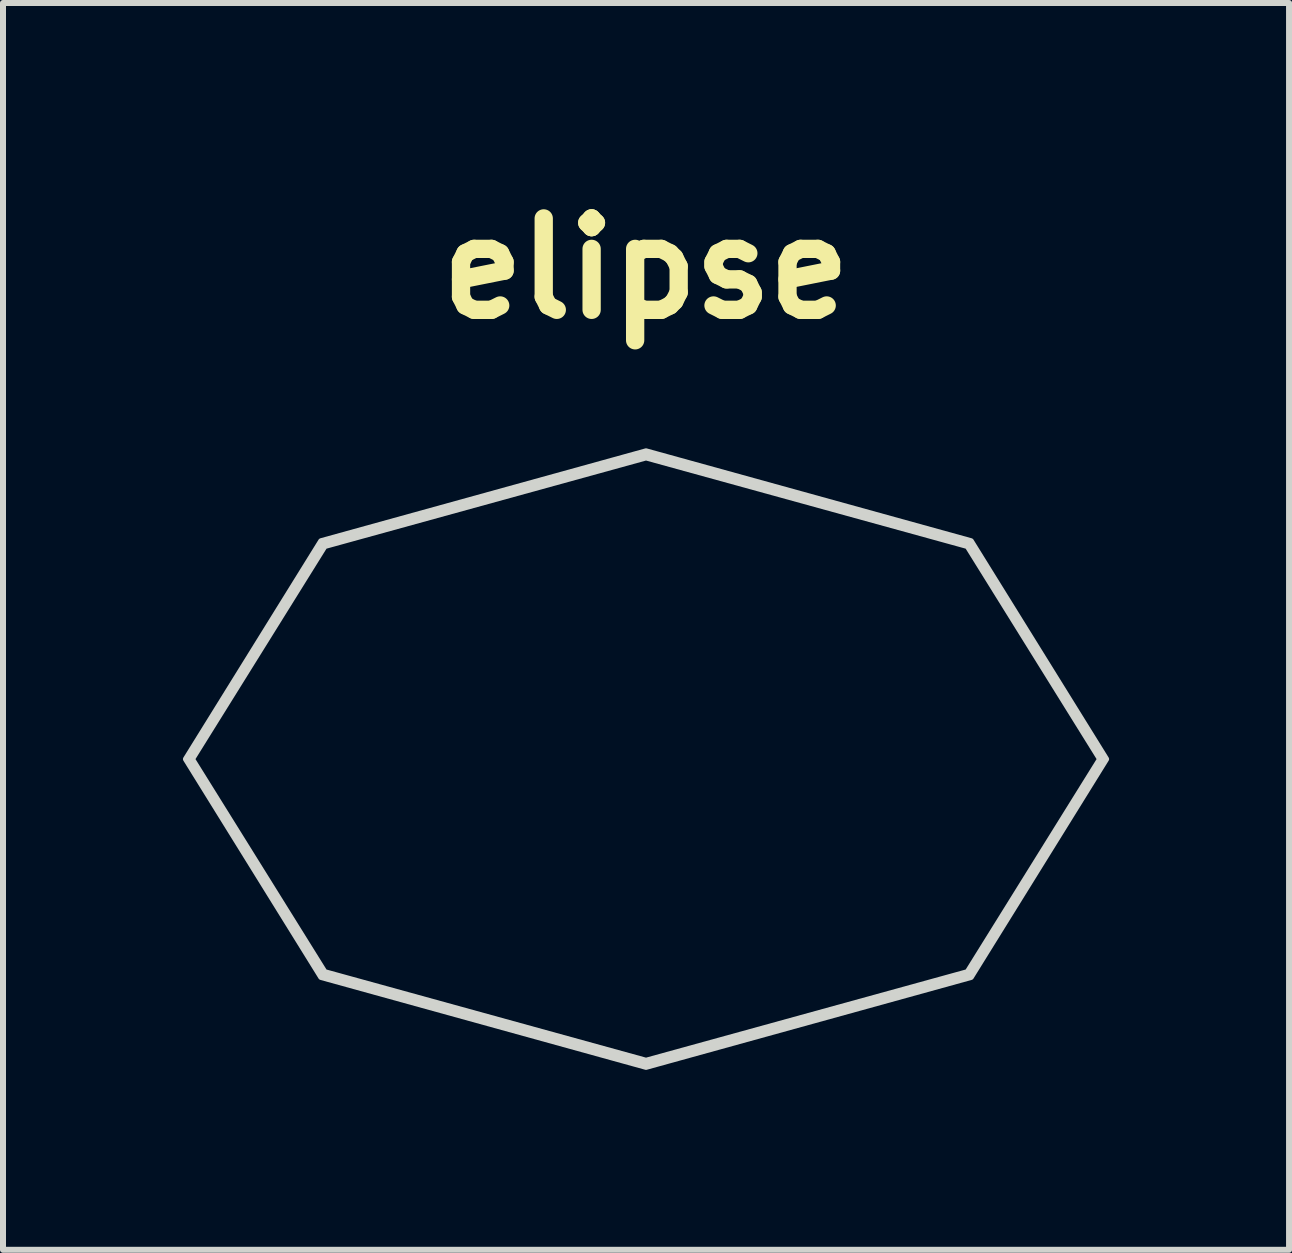
<source format=kicad_pcb>
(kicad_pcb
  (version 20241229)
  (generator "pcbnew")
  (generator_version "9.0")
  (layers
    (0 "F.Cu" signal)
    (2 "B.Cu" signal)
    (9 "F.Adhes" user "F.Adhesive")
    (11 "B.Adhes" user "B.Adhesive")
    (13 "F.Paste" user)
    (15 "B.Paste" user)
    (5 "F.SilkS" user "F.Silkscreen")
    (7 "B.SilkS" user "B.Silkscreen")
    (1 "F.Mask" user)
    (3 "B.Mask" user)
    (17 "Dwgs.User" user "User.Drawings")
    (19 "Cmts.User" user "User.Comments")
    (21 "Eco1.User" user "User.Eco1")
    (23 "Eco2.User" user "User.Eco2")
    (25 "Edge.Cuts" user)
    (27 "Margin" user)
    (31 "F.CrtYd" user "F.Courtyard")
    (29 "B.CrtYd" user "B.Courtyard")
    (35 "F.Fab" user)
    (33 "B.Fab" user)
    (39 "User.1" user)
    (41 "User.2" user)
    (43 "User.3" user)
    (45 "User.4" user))
  (footprint "elipse"
    (layer "F.Cu")
    (at 7.72 9.605)
    (property "Reference" "elipse" (at 0 -8.179 0) (layer "F.SilkS") (effects (font (size 1.524 1.524) (thickness 0.305))))
    (attr smd)
    (fp_poly (pts (xy 0.000002 -5.131) (xy 0.000002 -5.029) (xy 5.361 -3.551) (xy 7.57 0) (xy 5.361 3.551) (xy 0.000002 5.029) (xy -5.359 3.551) (xy -7.57 0) (xy -5.359 -3.551) (xy 0.000002 -5.029) (xy 0.000002 -5.131) (xy -5.416 -3.633) (xy -7.67 0) (xy -5.416 3.633) (xy 0.000002 5.131) (xy 5.416 3.633) (xy 7.67 0) (xy 5.416 -3.633) (xy 0.000002 -5.131)) (stroke (width 0.1) (type solid)) (fill no) (layer "Edge.Cuts")))
  (gr_rect
    (start -3 -3)
    (end 18.44 17.786)
    (stroke (width 0.1) (type default))
    (fill no)
    (layer "Edge.Cuts")))
</source>
